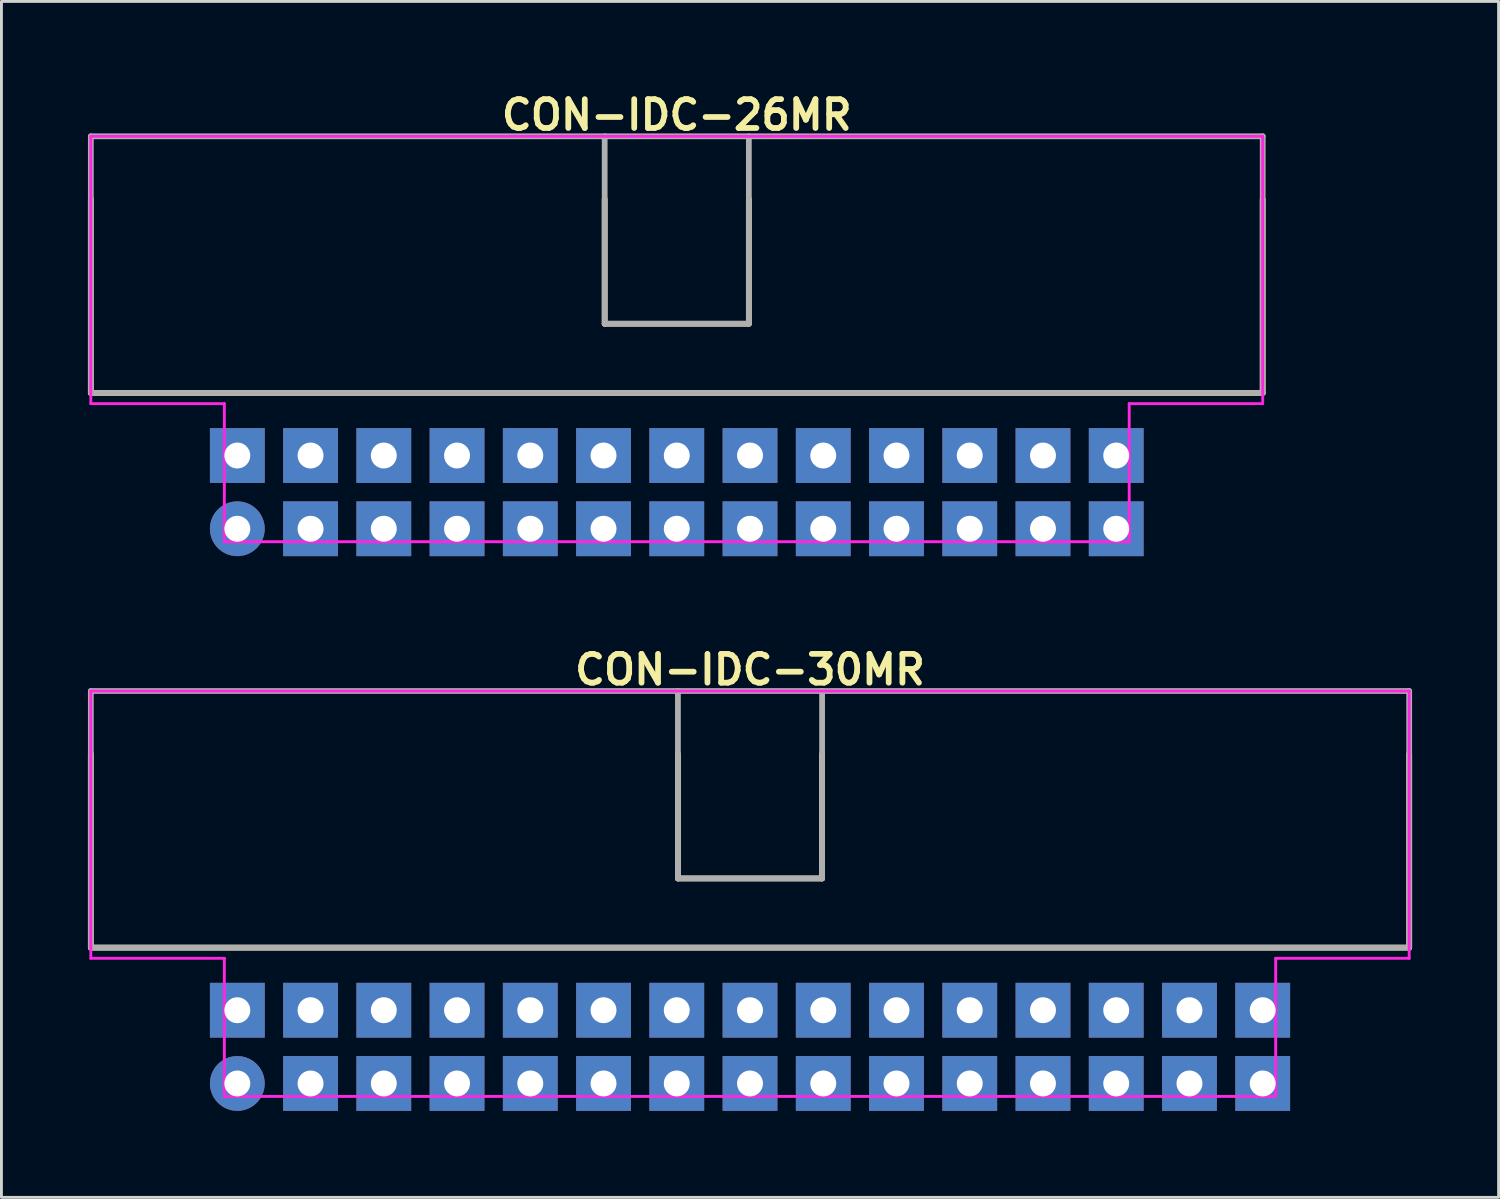
<source format=kicad_pcb>
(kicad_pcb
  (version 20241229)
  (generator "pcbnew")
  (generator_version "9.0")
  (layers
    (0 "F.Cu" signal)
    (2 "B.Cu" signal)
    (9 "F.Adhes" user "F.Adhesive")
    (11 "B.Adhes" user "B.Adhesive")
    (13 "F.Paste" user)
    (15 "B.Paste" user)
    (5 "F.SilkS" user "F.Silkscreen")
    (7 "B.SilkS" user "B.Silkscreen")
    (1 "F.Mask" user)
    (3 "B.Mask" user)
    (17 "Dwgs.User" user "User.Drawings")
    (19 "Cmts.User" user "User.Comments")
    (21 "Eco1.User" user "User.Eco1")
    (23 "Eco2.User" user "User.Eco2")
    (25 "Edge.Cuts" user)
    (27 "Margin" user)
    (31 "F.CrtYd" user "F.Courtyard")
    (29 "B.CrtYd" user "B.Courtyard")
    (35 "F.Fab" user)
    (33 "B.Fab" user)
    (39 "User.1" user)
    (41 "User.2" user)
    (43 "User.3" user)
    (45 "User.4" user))
  (footprint "CON-IDC-30MR"
    (layer "F.Cu")
    (at 22.96 33.254)
    (property "Reference" "CON-IDC-30MR" (at 0 -13.081 0) (layer "F.SilkS") (effects (font (size 1 1) (thickness 0.2))))
    (attr through_hole)
    (fp_line (start -22.86 -10.16) (end -22.86 -3.44) (stroke (width 0.2) (type solid)) (layer "F.SilkS"))
    (fp_line (start -22.86 -3.44) (end 22.86 -3.44) (stroke (width 0.2) (type solid)) (layer "F.SilkS"))
    (fp_line (start -2.5 -10.16) (end -2.5 -5.84) (stroke (width 0.2) (type solid)) (layer "F.SilkS"))
    (fp_line (start -2.5 -5.84) (end 2.5 -5.84) (stroke (width 0.2) (type solid)) (layer "F.SilkS"))
    (fp_line (start 2.5 -10.16) (end 2.5 -5.84) (stroke (width 0.2) (type solid)) (layer "F.SilkS"))
    (fp_line (start 22.86 -10.16) (end 22.86 -3.44) (stroke (width 0.2) (type solid)) (layer "F.SilkS"))
    (fp_line (start -22.86 -12.34) (end -22.86 -3.07) (stroke (width 0.1) (type solid)) (layer "F.CrtYd"))
    (fp_line (start -22.86 -12.34) (end 22.86 -12.34) (stroke (width 0.1) (type solid)) (layer "F.CrtYd"))
    (fp_line (start -22.86 -3.07) (end -18.23 -3.07) (stroke (width 0.1) (type solid)) (layer "F.CrtYd"))
    (fp_line (start -18.23 -3.07) (end -18.23 1.72) (stroke (width 0.1) (type solid)) (layer "F.CrtYd"))
    (fp_line (start -18.23 1.72) (end 18.23 1.72) (stroke (width 0.1) (type solid)) (layer "F.CrtYd"))
    (fp_line (start 18.23 -3.07) (end 18.23 1.72) (stroke (width 0.1) (type solid)) (layer "F.CrtYd"))
    (fp_line (start 18.23 -3.07) (end 22.86 -3.07) (stroke (width 0.1) (type solid)) (layer "F.CrtYd"))
    (fp_line (start 22.86 -12.34) (end 22.86 -3.07) (stroke (width 0.1) (type solid)) (layer "F.CrtYd"))
    (fp_line (start -22.86 -12.34) (end -22.86 -3.44) (stroke (width 0.2) (type solid)) (layer "F.Fab"))
    (fp_line (start -22.86 -12.34) (end 22.86 -12.34) (stroke (width 0.2) (type solid)) (layer "F.Fab"))
    (fp_line (start -22.86 -3.44) (end 22.86 -3.44) (stroke (width 0.2) (type solid)) (layer "F.Fab"))
    (fp_line (start -2.5 -12.34) (end -2.5 -5.84) (stroke (width 0.2) (type solid)) (layer "F.Fab"))
    (fp_line (start -2.5 -5.84) (end 2.5 -5.84) (stroke (width 0.2) (type solid)) (layer "F.Fab"))
    (fp_line (start 2.5 -12.34) (end 2.5 -5.84) (stroke (width 0.2) (type solid)) (layer "F.Fab"))
    (fp_line (start 22.86 -12.34) (end 22.86 -3.44) (stroke (width 0.2) (type solid)) (layer "F.Fab"))
    (pad "1" thru_hole circle (at -17.78 1.27) (size 1.9 1.9) (drill 0.9) (layers "*.Cu" "*.Mask"))
    (pad "2" thru_hole rect (at -17.78 -1.27) (size 1.9 1.9) (drill 0.9) (layers "*.Cu" "*.Mask"))
    (pad "3" thru_hole rect (at -15.24 1.27) (size 1.9 1.9) (drill 0.9) (layers "*.Cu" "*.Mask"))
    (pad "4" thru_hole rect (at -15.24 -1.27) (size 1.9 1.9) (drill 0.9) (layers "*.Cu" "*.Mask"))
    (pad "5" thru_hole rect (at -12.7 1.27) (size 1.9 1.9) (drill 0.9) (layers "*.Cu" "*.Mask"))
    (pad "6" thru_hole rect (at -12.7 -1.27) (size 1.9 1.9) (drill 0.9) (layers "*.Cu" "*.Mask"))
    (pad "7" thru_hole rect (at -10.16 1.27) (size 1.9 1.9) (drill 0.9) (layers "*.Cu" "*.Mask"))
    (pad "8" thru_hole rect (at -10.16 -1.27) (size 1.9 1.9) (drill 0.9) (layers "*.Cu" "*.Mask"))
    (pad "9" thru_hole rect (at -7.62 1.27) (size 1.9 1.9) (drill 0.9) (layers "*.Cu" "*.Mask"))
    (pad "10" thru_hole rect (at -7.62 -1.27) (size 1.9 1.9) (drill 0.9) (layers "*.Cu" "*.Mask"))
    (pad "11" thru_hole rect (at -5.08 1.27) (size 1.9 1.9) (drill 0.9) (layers "*.Cu" "*.Mask"))
    (pad "12" thru_hole rect (at -5.08 -1.27) (size 1.9 1.9) (drill 0.9) (layers "*.Cu" "*.Mask"))
    (pad "13" thru_hole rect (at -2.54 1.27) (size 1.9 1.9) (drill 0.9) (layers "*.Cu" "*.Mask"))
    (pad "14" thru_hole rect (at -2.54 -1.27) (size 1.9 1.9) (drill 0.9) (layers "*.Cu" "*.Mask"))
    (pad "15" thru_hole rect (at 0 1.27) (size 1.9 1.9) (drill 0.9) (layers "*.Cu" "*.Mask"))
    (pad "16" thru_hole rect (at 0 -1.27) (size 1.9 1.9) (drill 0.9) (layers "*.Cu" "*.Mask"))
    (pad "17" thru_hole rect (at 2.54 1.27) (size 1.9 1.9) (drill 0.9) (layers "*.Cu" "*.Mask"))
    (pad "18" thru_hole rect (at 2.54 -1.27) (size 1.9 1.9) (drill 0.9) (layers "*.Cu" "*.Mask"))
    (pad "19" thru_hole rect (at 5.08 1.27) (size 1.9 1.9) (drill 0.9) (layers "*.Cu" "*.Mask"))
    (pad "20" thru_hole rect (at 5.08 -1.27) (size 1.9 1.9) (drill 0.9) (layers "*.Cu" "*.Mask"))
    (pad "21" thru_hole rect (at 7.62 1.27) (size 1.9 1.9) (drill 0.9) (layers "*.Cu" "*.Mask"))
    (pad "22" thru_hole rect (at 7.62 -1.27) (size 1.9 1.9) (drill 0.9) (layers "*.Cu" "*.Mask"))
    (pad "23" thru_hole rect (at 10.16 1.27) (size 1.9 1.9) (drill 0.9) (layers "*.Cu" "*.Mask"))
    (pad "24" thru_hole rect (at 10.16 -1.27) (size 1.9 1.9) (drill 0.9) (layers "*.Cu" "*.Mask"))
    (pad "25" thru_hole rect (at 12.7 1.27) (size 1.9 1.9) (drill 0.9) (layers "*.Cu" "*.Mask"))
    (pad "26" thru_hole rect (at 12.7 -1.27) (size 1.9 1.9) (drill 0.9) (layers "*.Cu" "*.Mask"))
    (pad "27" thru_hole rect (at 15.24 1.27) (size 1.9 1.9) (drill 0.9) (layers "*.Cu" "*.Mask"))
    (pad "28" thru_hole rect (at 15.24 -1.27) (size 1.9 1.9) (drill 0.9) (layers "*.Cu" "*.Mask"))
    (pad "29" thru_hole rect (at 17.78 1.27) (size 1.9 1.9) (drill 0.9) (layers "*.Cu" "*.Mask"))
    (pad "30" thru_hole rect (at 17.78 -1.27) (size 1.9 1.9) (drill 0.9) (layers "*.Cu" "*.Mask")))
  (footprint "CON-IDC-26MR"
    (layer "F.Cu")
    (at 20.42 14.017)
    (property "Reference" "CON-IDC-26MR" (at 0 -13.081 0) (layer "F.SilkS") (effects (font (size 1 1) (thickness 0.2))))
    (attr through_hole)
    (fp_line (start -20.32 -10.16) (end -20.32 -3.44) (stroke (width 0.2) (type solid)) (layer "F.SilkS"))
    (fp_line (start -20.32 -3.44) (end 20.32 -3.44) (stroke (width 0.2) (type solid)) (layer "F.SilkS"))
    (fp_line (start -2.5 -10.16) (end -2.5 -5.84) (stroke (width 0.2) (type solid)) (layer "F.SilkS"))
    (fp_line (start -2.5 -5.84) (end 2.5 -5.84) (stroke (width 0.2) (type solid)) (layer "F.SilkS"))
    (fp_line (start 2.5 -10.16) (end 2.5 -5.84) (stroke (width 0.2) (type solid)) (layer "F.SilkS"))
    (fp_line (start 20.32 -10.16) (end 20.32 -3.44) (stroke (width 0.2) (type solid)) (layer "F.SilkS"))
    (fp_line (start -20.32 -12.34) (end -20.32 -3.07) (stroke (width 0.1) (type solid)) (layer "F.CrtYd"))
    (fp_line (start -20.32 -12.34) (end 20.32 -12.34) (stroke (width 0.1) (type solid)) (layer "F.CrtYd"))
    (fp_line (start -20.32 -3.07) (end -15.69 -3.07) (stroke (width 0.1) (type solid)) (layer "F.CrtYd"))
    (fp_line (start -15.69 -3.07) (end -15.69 1.72) (stroke (width 0.1) (type solid)) (layer "F.CrtYd"))
    (fp_line (start -15.69 1.72) (end 15.69 1.72) (stroke (width 0.1) (type solid)) (layer "F.CrtYd"))
    (fp_line (start 15.69 -3.07) (end 15.69 1.72) (stroke (width 0.1) (type solid)) (layer "F.CrtYd"))
    (fp_line (start 15.69 -3.07) (end 20.32 -3.07) (stroke (width 0.1) (type solid)) (layer "F.CrtYd"))
    (fp_line (start 20.32 -12.34) (end 20.32 -3.07) (stroke (width 0.1) (type solid)) (layer "F.CrtYd"))
    (fp_line (start -20.32 -12.34) (end -20.32 -3.44) (stroke (width 0.2) (type solid)) (layer "F.Fab"))
    (fp_line (start -20.32 -12.34) (end 20.32 -12.34) (stroke (width 0.2) (type solid)) (layer "F.Fab"))
    (fp_line (start -20.32 -3.44) (end 20.32 -3.44) (stroke (width 0.2) (type solid)) (layer "F.Fab"))
    (fp_line (start -2.5 -12.34) (end -2.5 -5.84) (stroke (width 0.2) (type solid)) (layer "F.Fab"))
    (fp_line (start -2.5 -5.84) (end 2.5 -5.84) (stroke (width 0.2) (type solid)) (layer "F.Fab"))
    (fp_line (start 2.5 -12.34) (end 2.5 -5.84) (stroke (width 0.2) (type solid)) (layer "F.Fab"))
    (fp_line (start 20.32 -12.34) (end 20.32 -3.44) (stroke (width 0.2) (type solid)) (layer "F.Fab"))
    (pad "1" thru_hole circle (at -15.24 1.27) (size 1.9 1.9) (drill 0.9) (layers "*.Cu" "*.Mask"))
    (pad "2" thru_hole rect (at -15.24 -1.27) (size 1.9 1.9) (drill 0.9) (layers "*.Cu" "*.Mask"))
    (pad "3" thru_hole rect (at -12.7 1.27) (size 1.9 1.9) (drill 0.9) (layers "*.Cu" "*.Mask"))
    (pad "4" thru_hole rect (at -12.7 -1.27) (size 1.9 1.9) (drill 0.9) (layers "*.Cu" "*.Mask"))
    (pad "5" thru_hole rect (at -10.16 1.27) (size 1.9 1.9) (drill 0.9) (layers "*.Cu" "*.Mask"))
    (pad "6" thru_hole rect (at -10.16 -1.27) (size 1.9 1.9) (drill 0.9) (layers "*.Cu" "*.Mask"))
    (pad "7" thru_hole rect (at -7.62 1.27) (size 1.9 1.9) (drill 0.9) (layers "*.Cu" "*.Mask"))
    (pad "8" thru_hole rect (at -7.62 -1.27) (size 1.9 1.9) (drill 0.9) (layers "*.Cu" "*.Mask"))
    (pad "9" thru_hole rect (at -5.08 1.27) (size 1.9 1.9) (drill 0.9) (layers "*.Cu" "*.Mask"))
    (pad "10" thru_hole rect (at -5.08 -1.27) (size 1.9 1.9) (drill 0.9) (layers "*.Cu" "*.Mask"))
    (pad "11" thru_hole rect (at -2.54 1.27) (size 1.9 1.9) (drill 0.9) (layers "*.Cu" "*.Mask"))
    (pad "12" thru_hole rect (at -2.54 -1.27) (size 1.9 1.9) (drill 0.9) (layers "*.Cu" "*.Mask"))
    (pad "13" thru_hole rect (at 0 1.27) (size 1.9 1.9) (drill 0.9) (layers "*.Cu" "*.Mask"))
    (pad "14" thru_hole rect (at 0 -1.27) (size 1.9 1.9) (drill 0.9) (layers "*.Cu" "*.Mask"))
    (pad "15" thru_hole rect (at 2.54 1.27) (size 1.9 1.9) (drill 0.9) (layers "*.Cu" "*.Mask"))
    (pad "16" thru_hole rect (at 2.54 -1.27) (size 1.9 1.9) (drill 0.9) (layers "*.Cu" "*.Mask"))
    (pad "17" thru_hole rect (at 5.08 1.27) (size 1.9 1.9) (drill 0.9) (layers "*.Cu" "*.Mask"))
    (pad "18" thru_hole rect (at 5.08 -1.27) (size 1.9 1.9) (drill 0.9) (layers "*.Cu" "*.Mask"))
    (pad "19" thru_hole rect (at 7.62 1.27) (size 1.9 1.9) (drill 0.9) (layers "*.Cu" "*.Mask"))
    (pad "20" thru_hole rect (at 7.62 -1.27) (size 1.9 1.9) (drill 0.9) (layers "*.Cu" "*.Mask"))
    (pad "21" thru_hole rect (at 10.16 1.27) (size 1.9 1.9) (drill 0.9) (layers "*.Cu" "*.Mask"))
    (pad "22" thru_hole rect (at 10.16 -1.27) (size 1.9 1.9) (drill 0.9) (layers "*.Cu" "*.Mask"))
    (pad "23" thru_hole rect (at 12.7 1.27) (size 1.9 1.9) (drill 0.9) (layers "*.Cu" "*.Mask"))
    (pad "24" thru_hole rect (at 12.7 -1.27) (size 1.9 1.9) (drill 0.9) (layers "*.Cu" "*.Mask"))
    (pad "25" thru_hole rect (at 15.24 1.27) (size 1.9 1.9) (drill 0.9) (layers "*.Cu" "*.Mask"))
    (pad "26" thru_hole rect (at 15.24 -1.27) (size 1.9 1.9) (drill 0.9) (layers "*.Cu" "*.Mask")))
  (gr_rect
    (start -3 -3)
    (end 48.92 38.474)
    (stroke (width 0.1) (type default))
    (fill no)
    (layer "Edge.Cuts")))
</source>
